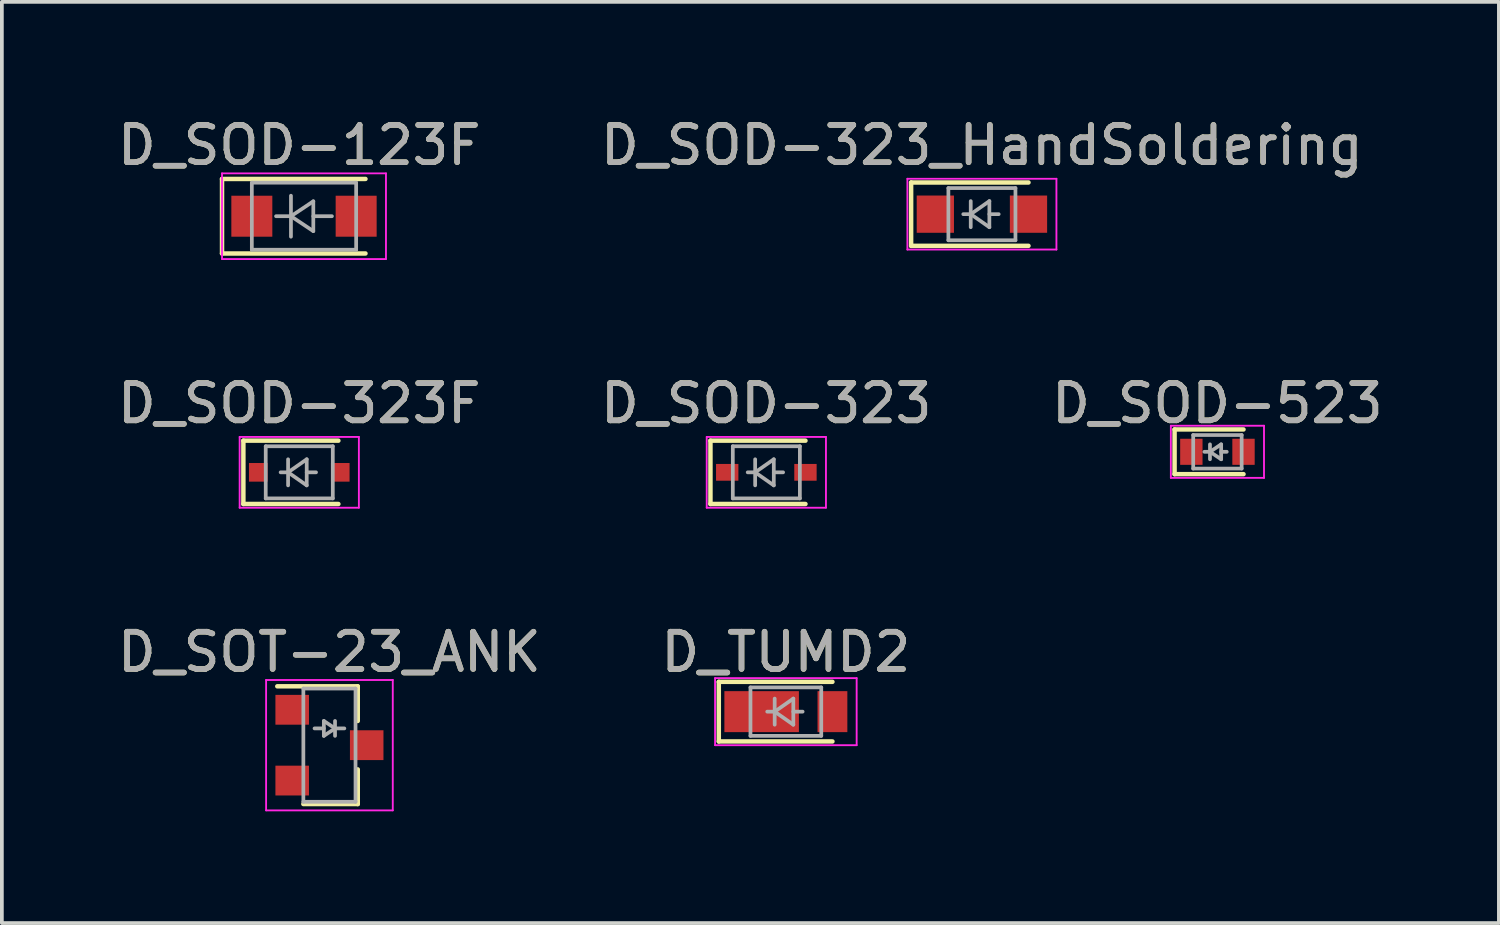
<source format=kicad_pcb>
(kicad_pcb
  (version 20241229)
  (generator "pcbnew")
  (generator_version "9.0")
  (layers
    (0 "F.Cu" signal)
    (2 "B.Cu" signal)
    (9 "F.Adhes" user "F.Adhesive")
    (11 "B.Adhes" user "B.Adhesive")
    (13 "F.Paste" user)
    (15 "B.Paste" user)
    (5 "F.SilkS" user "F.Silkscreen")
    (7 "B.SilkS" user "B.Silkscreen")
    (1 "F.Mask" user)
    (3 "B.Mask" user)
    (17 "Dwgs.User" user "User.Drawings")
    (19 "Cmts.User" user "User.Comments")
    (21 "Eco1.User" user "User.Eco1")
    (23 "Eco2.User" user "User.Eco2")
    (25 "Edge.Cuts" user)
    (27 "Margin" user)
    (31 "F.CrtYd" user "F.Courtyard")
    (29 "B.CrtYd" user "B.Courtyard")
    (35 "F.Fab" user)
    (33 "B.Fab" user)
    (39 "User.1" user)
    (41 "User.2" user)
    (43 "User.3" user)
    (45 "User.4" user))
  (footprint "D_SOD-323"
    (layer "F.Cu")
    (at 17.518 9.627)
    (property "Reference" "D_SOD-323" (at 0 -1.85 0) (layer "F.SilkS") (effects (font (size 1 1) (thickness 0.15))))
    (attr smd)
    (fp_line (start -1.5 -0.85) (end -1.5 0.85) (stroke (width 0.12) (type solid)) (layer "F.SilkS"))
    (fp_line (start -1.5 -0.85) (end 1.05 -0.85) (stroke (width 0.12) (type solid)) (layer "F.SilkS"))
    (fp_line (start -1.5 0.85) (end 1.05 0.85) (stroke (width 0.12) (type solid)) (layer "F.SilkS"))
    (fp_line (start -1.6 -0.95) (end -1.6 0.95) (stroke (width 0.05) (type solid)) (layer "F.CrtYd"))
    (fp_line (start -1.6 -0.95) (end 1.6 -0.95) (stroke (width 0.05) (type solid)) (layer "F.CrtYd"))
    (fp_line (start -1.6 0.95) (end 1.6 0.95) (stroke (width 0.05) (type solid)) (layer "F.CrtYd"))
    (fp_line (start 1.6 -0.95) (end 1.6 0.95) (stroke (width 0.05) (type solid)) (layer "F.CrtYd"))
    (fp_line (start -0.9 -0.7) (end 0.9 -0.7) (stroke (width 0.1) (type solid)) (layer "F.Fab"))
    (fp_line (start -0.9 0.7) (end -0.9 -0.7) (stroke (width 0.1) (type solid)) (layer "F.Fab"))
    (fp_line (start -0.3 -0.35) (end -0.3 0.35) (stroke (width 0.1) (type solid)) (layer "F.Fab"))
    (fp_line (start -0.3 0) (end -0.5 0) (stroke (width 0.1) (type solid)) (layer "F.Fab"))
    (fp_line (start -0.3 0) (end 0.2 -0.35) (stroke (width 0.1) (type solid)) (layer "F.Fab"))
    (fp_line (start 0.2 -0.35) (end 0.2 0.35) (stroke (width 0.1) (type solid)) (layer "F.Fab"))
    (fp_line (start 0.2 0) (end 0.45 0) (stroke (width 0.1) (type solid)) (layer "F.Fab"))
    (fp_line (start 0.2 0.35) (end -0.3 0) (stroke (width 0.1) (type solid)) (layer "F.Fab"))
    (fp_line (start 0.9 -0.7) (end 0.9 0.7) (stroke (width 0.1) (type solid)) (layer "F.Fab"))
    (fp_line (start 0.9 0.7) (end -0.9 0.7) (stroke (width 0.1) (type solid)) (layer "F.Fab"))
    (fp_text user "${REFERENCE}" (at 0 -1.85 0) (layer "F.Fab") (effects (font (size 1 1) (thickness 0.15))))
    (pad "1" smd rect (at -1.05 0) (size 0.6 0.45) (layers "F.Cu" "F.Mask" "F.Paste"))
    (pad "2" smd rect (at 1.05 0) (size 0.6 0.45) (layers "F.Cu" "F.Mask" "F.Paste")))
  (footprint "D_SOD-123F"
    (layer "F.Cu")
    (at 5.109 2.753)
    (property "Reference" "D_SOD-123F" (at -0.127 -1.905 0) (layer "F.SilkS") (effects (font (size 1 1) (thickness 0.15))))
    (attr smd)
    (fp_line (start -2.2 -1) (end -2.2 1) (stroke (width 0.12) (type solid)) (layer "F.SilkS"))
    (fp_line (start -2.2 -1) (end 1.65 -1) (stroke (width 0.12) (type solid)) (layer "F.SilkS"))
    (fp_line (start -2.2 1) (end 1.65 1) (stroke (width 0.12) (type solid)) (layer "F.SilkS"))
    (fp_line (start -2.2 -1.15) (end -2.2 1.15) (stroke (width 0.05) (type solid)) (layer "F.CrtYd"))
    (fp_line (start -2.2 -1.15) (end 2.2 -1.15) (stroke (width 0.05) (type solid)) (layer "F.CrtYd"))
    (fp_line (start 2.2 -1.15) (end 2.2 1.15) (stroke (width 0.05) (type solid)) (layer "F.CrtYd"))
    (fp_line (start 2.2 1.15) (end -2.2 1.15) (stroke (width 0.05) (type solid)) (layer "F.CrtYd"))
    (fp_line (start -1.4 -0.9) (end 1.4 -0.9) (stroke (width 0.1) (type solid)) (layer "F.Fab"))
    (fp_line (start -1.4 0.9) (end -1.4 -0.9) (stroke (width 0.1) (type solid)) (layer "F.Fab"))
    (fp_line (start -0.75 0) (end -0.35 0) (stroke (width 0.1) (type solid)) (layer "F.Fab"))
    (fp_line (start -0.35 0) (end -0.35 -0.55) (stroke (width 0.1) (type solid)) (layer "F.Fab"))
    (fp_line (start -0.35 0) (end -0.35 0.55) (stroke (width 0.1) (type solid)) (layer "F.Fab"))
    (fp_line (start -0.35 0) (end 0.25 -0.4) (stroke (width 0.1) (type solid)) (layer "F.Fab"))
    (fp_line (start 0.25 -0.4) (end 0.25 0.4) (stroke (width 0.1) (type solid)) (layer "F.Fab"))
    (fp_line (start 0.25 0) (end 0.75 0) (stroke (width 0.1) (type solid)) (layer "F.Fab"))
    (fp_line (start 0.25 0.4) (end -0.35 0) (stroke (width 0.1) (type solid)) (layer "F.Fab"))
    (fp_line (start 1.4 -0.9) (end 1.4 0.9) (stroke (width 0.1) (type solid)) (layer "F.Fab"))
    (fp_line (start 1.4 0.9) (end -1.4 0.9) (stroke (width 0.1) (type solid)) (layer "F.Fab"))
    (fp_text user "${REFERENCE}" (at -0.127 -1.905 0) (layer "F.Fab") (effects (font (size 1 1) (thickness 0.15))))
    (pad "1" smd rect (at -1.4 0) (size 1.1 1.1) (layers "F.Cu" "F.Mask" "F.Paste"))
    (pad "2" smd rect (at 1.4 0) (size 1.1 1.1) (layers "F.Cu" "F.Mask" "F.Paste")))
  (footprint "D_SOT-23_ANK"
    (layer "F.Cu")
    (at 5.792 16.95)
    (property "Reference" "D_SOT-23_ANK" (at 0 -2.5 0) (layer "F.SilkS") (effects (font (size 1 1) (thickness 0.15))))
    (attr smd)
    (fp_line (start 0.76 -1.58) (end -1.4 -1.58) (stroke (width 0.12) (type solid)) (layer "F.SilkS"))
    (fp_line (start 0.76 -1.58) (end 0.76 -0.65) (stroke (width 0.12) (type solid)) (layer "F.SilkS"))
    (fp_line (start 0.76 1.58) (end -0.7 1.58) (stroke (width 0.12) (type solid)) (layer "F.SilkS"))
    (fp_line (start 0.76 1.58) (end 0.76 0.65) (stroke (width 0.12) (type solid)) (layer "F.SilkS"))
    (fp_line (start -1.7 -1.75) (end 1.7 -1.75) (stroke (width 0.05) (type solid)) (layer "F.CrtYd"))
    (fp_line (start -1.7 1.75) (end -1.7 -1.75) (stroke (width 0.05) (type solid)) (layer "F.CrtYd"))
    (fp_line (start 1.7 -1.75) (end 1.7 1.75) (stroke (width 0.05) (type solid)) (layer "F.CrtYd"))
    (fp_line (start 1.7 1.75) (end -1.7 1.75) (stroke (width 0.05) (type solid)) (layer "F.CrtYd"))
    (fp_line (start -0.7 -1.52) (end -0.7 1.52) (stroke (width 0.1) (type solid)) (layer "F.Fab"))
    (fp_line (start -0.7 -1.52) (end 0.7 -1.52) (stroke (width 0.1) (type solid)) (layer "F.Fab"))
    (fp_line (start -0.7 1.52) (end 0.7 1.52) (stroke (width 0.1) (type solid)) (layer "F.Fab"))
    (fp_line (start -0.15 -0.65) (end -0.15 -0.25) (stroke (width 0.1) (type solid)) (layer "F.Fab"))
    (fp_line (start -0.15 -0.45) (end -0.4 -0.45) (stroke (width 0.1) (type solid)) (layer "F.Fab"))
    (fp_line (start -0.15 -0.25) (end 0.15 -0.45) (stroke (width 0.1) (type solid)) (layer "F.Fab"))
    (fp_line (start 0.15 -0.65) (end 0.15 -0.25) (stroke (width 0.1) (type solid)) (layer "F.Fab"))
    (fp_line (start 0.15 -0.45) (end -0.15 -0.65) (stroke (width 0.1) (type solid)) (layer "F.Fab"))
    (fp_line (start 0.15 -0.45) (end 0.4 -0.45) (stroke (width 0.1) (type solid)) (layer "F.Fab"))
    (fp_line (start 0.7 -1.52) (end 0.7 1.52) (stroke (width 0.1) (type solid)) (layer "F.Fab"))
    (fp_text user "${REFERENCE}" (at 0 -2.5 0) (layer "F.Fab") (effects (font (size 1 1) (thickness 0.15))))
    (pad "" smd rect (at -1 0.95) (size 0.9 0.8) (layers "F.Cu" "F.Mask" "F.Paste"))
    (pad "1" smd rect (at 1 0) (size 0.9 0.8) (layers "F.Cu" "F.Mask" "F.Paste"))
    (pad "2" smd rect (at -1 -0.95) (size 0.9 0.8) (layers "F.Cu" "F.Mask" "F.Paste")))
  (footprint "D_SOD-523"
    (layer "F.Cu")
    (at 29.625 9.076)
    (property "Reference" "D_SOD-523" (at 0 -1.3 0) (layer "F.SilkS") (effects (font (size 1 1) (thickness 0.15))))
    (attr smd)
    (fp_line (start -1.15 -0.6) (end -1.15 0.6) (stroke (width 0.12) (type solid)) (layer "F.SilkS"))
    (fp_line (start 0.7 -0.6) (end -1.15 -0.6) (stroke (width 0.12) (type solid)) (layer "F.SilkS"))
    (fp_line (start 0.7 0.6) (end -1.15 0.6) (stroke (width 0.12) (type solid)) (layer "F.SilkS"))
    (fp_line (start -1.25 -0.7) (end 1.25 -0.7) (stroke (width 0.05) (type solid)) (layer "F.CrtYd"))
    (fp_line (start -1.25 0.7) (end -1.25 -0.7) (stroke (width 0.05) (type solid)) (layer "F.CrtYd"))
    (fp_line (start 1.25 -0.7) (end 1.25 0.7) (stroke (width 0.05) (type solid)) (layer "F.CrtYd"))
    (fp_line (start 1.25 0.7) (end -1.25 0.7) (stroke (width 0.05) (type solid)) (layer "F.CrtYd"))
    (fp_line (start -0.65 -0.45) (end 0.65 -0.45) (stroke (width 0.1) (type solid)) (layer "F.Fab"))
    (fp_line (start -0.65 0.45) (end -0.65 -0.45) (stroke (width 0.1) (type solid)) (layer "F.Fab"))
    (fp_line (start -0.2 0) (end -0.35 0) (stroke (width 0.1) (type solid)) (layer "F.Fab"))
    (fp_line (start -0.2 0) (end 0.1 0.2) (stroke (width 0.1) (type solid)) (layer "F.Fab"))
    (fp_line (start -0.2 0.2) (end -0.2 -0.2) (stroke (width 0.1) (type solid)) (layer "F.Fab"))
    (fp_line (start 0.1 -0.2) (end -0.2 0) (stroke (width 0.1) (type solid)) (layer "F.Fab"))
    (fp_line (start 0.1 0) (end 0.25 0) (stroke (width 0.1) (type solid)) (layer "F.Fab"))
    (fp_line (start 0.1 0.2) (end 0.1 -0.2) (stroke (width 0.1) (type solid)) (layer "F.Fab"))
    (fp_line (start 0.65 -0.45) (end 0.65 0.45) (stroke (width 0.1) (type solid)) (layer "F.Fab"))
    (fp_line (start 0.65 0.45) (end -0.65 0.45) (stroke (width 0.1) (type solid)) (layer "F.Fab"))
    (fp_text user "${REFERENCE}" (at 0 -1.3 0) (layer "F.Fab") (effects (font (size 1 1) (thickness 0.15))))
    (pad "1" smd rect (at -0.7 0 180) (size 0.6 0.7) (layers "F.Cu" "F.Mask" "F.Paste"))
    (pad "2" smd rect (at 0.7 0 180) (size 0.6 0.7) (layers "F.Cu" "F.Mask" "F.Paste")))
  (footprint "D_SOD-323_HandSoldering"
    (layer "F.Cu")
    (at 23.304 2.698)
    (property "Reference" "D_SOD-323_HandSoldering" (at 0 -1.85 0) (layer "F.SilkS") (effects (font (size 1 1) (thickness 0.15))))
    (attr smd)
    (fp_line (start -1.9 -0.85) (end -1.9 0.85) (stroke (width 0.12) (type solid)) (layer "F.SilkS"))
    (fp_line (start -1.9 -0.85) (end 1.25 -0.85) (stroke (width 0.12) (type solid)) (layer "F.SilkS"))
    (fp_line (start -1.9 0.85) (end 1.25 0.85) (stroke (width 0.12) (type solid)) (layer "F.SilkS"))
    (fp_line (start -2 -0.95) (end -2 0.95) (stroke (width 0.05) (type solid)) (layer "F.CrtYd"))
    (fp_line (start -2 -0.95) (end 2 -0.95) (stroke (width 0.05) (type solid)) (layer "F.CrtYd"))
    (fp_line (start -2 0.95) (end 2 0.95) (stroke (width 0.05) (type solid)) (layer "F.CrtYd"))
    (fp_line (start 2 -0.95) (end 2 0.95) (stroke (width 0.05) (type solid)) (layer "F.CrtYd"))
    (fp_line (start -0.9 -0.7) (end 0.9 -0.7) (stroke (width 0.1) (type solid)) (layer "F.Fab"))
    (fp_line (start -0.9 0.7) (end -0.9 -0.7) (stroke (width 0.1) (type solid)) (layer "F.Fab"))
    (fp_line (start -0.3 -0.35) (end -0.3 0.35) (stroke (width 0.1) (type solid)) (layer "F.Fab"))
    (fp_line (start -0.3 0) (end -0.5 0) (stroke (width 0.1) (type solid)) (layer "F.Fab"))
    (fp_line (start -0.3 0) (end 0.2 -0.35) (stroke (width 0.1) (type solid)) (layer "F.Fab"))
    (fp_line (start 0.2 -0.35) (end 0.2 0.35) (stroke (width 0.1) (type solid)) (layer "F.Fab"))
    (fp_line (start 0.2 0) (end 0.45 0) (stroke (width 0.1) (type solid)) (layer "F.Fab"))
    (fp_line (start 0.2 0.35) (end -0.3 0) (stroke (width 0.1) (type solid)) (layer "F.Fab"))
    (fp_line (start 0.9 -0.7) (end 0.9 0.7) (stroke (width 0.1) (type solid)) (layer "F.Fab"))
    (fp_line (start 0.9 0.7) (end -0.9 0.7) (stroke (width 0.1) (type solid)) (layer "F.Fab"))
    (fp_text user "${REFERENCE}" (at 0 -1.85 0) (layer "F.Fab") (effects (font (size 1 1) (thickness 0.15))))
    (pad "1" smd rect (at -1.25 0) (size 1 1) (layers "F.Cu" "F.Mask" "F.Paste"))
    (pad "2" smd rect (at 1.25 0) (size 1 1) (layers "F.Cu" "F.Mask" "F.Paste")))
  (footprint "D_SOD-323F"
    (layer "F.Cu")
    (at 4.982 9.627)
    (property "Reference" "D_SOD-323F" (at 0 -1.85 0) (layer "F.SilkS") (effects (font (size 1 1) (thickness 0.15))))
    (attr smd)
    (fp_line (start -1.5 -0.85) (end -1.5 0.85) (stroke (width 0.12) (type solid)) (layer "F.SilkS"))
    (fp_line (start -1.5 -0.85) (end 1.05 -0.85) (stroke (width 0.12) (type solid)) (layer "F.SilkS"))
    (fp_line (start -1.5 0.85) (end 1.05 0.85) (stroke (width 0.12) (type solid)) (layer "F.SilkS"))
    (fp_line (start -1.6 -0.95) (end -1.6 0.95) (stroke (width 0.05) (type solid)) (layer "F.CrtYd"))
    (fp_line (start -1.6 -0.95) (end 1.6 -0.95) (stroke (width 0.05) (type solid)) (layer "F.CrtYd"))
    (fp_line (start -1.6 0.95) (end 1.6 0.95) (stroke (width 0.05) (type solid)) (layer "F.CrtYd"))
    (fp_line (start 1.6 -0.95) (end 1.6 0.95) (stroke (width 0.05) (type solid)) (layer "F.CrtYd"))
    (fp_line (start -0.9 -0.7) (end 0.9 -0.7) (stroke (width 0.1) (type solid)) (layer "F.Fab"))
    (fp_line (start -0.9 0.7) (end -0.9 -0.7) (stroke (width 0.1) (type solid)) (layer "F.Fab"))
    (fp_line (start -0.3 -0.35) (end -0.3 0.35) (stroke (width 0.1) (type solid)) (layer "F.Fab"))
    (fp_line (start -0.3 0) (end -0.5 0) (stroke (width 0.1) (type solid)) (layer "F.Fab"))
    (fp_line (start -0.3 0) (end 0.2 -0.35) (stroke (width 0.1) (type solid)) (layer "F.Fab"))
    (fp_line (start 0.2 -0.35) (end 0.2 0.35) (stroke (width 0.1) (type solid)) (layer "F.Fab"))
    (fp_line (start 0.2 0) (end 0.45 0) (stroke (width 0.1) (type solid)) (layer "F.Fab"))
    (fp_line (start 0.2 0.35) (end -0.3 0) (stroke (width 0.1) (type solid)) (layer "F.Fab"))
    (fp_line (start 0.9 -0.7) (end 0.9 0.7) (stroke (width 0.1) (type solid)) (layer "F.Fab"))
    (fp_line (start 0.9 0.7) (end -0.9 0.7) (stroke (width 0.1) (type solid)) (layer "F.Fab"))
    (fp_text user "${REFERENCE}" (at 0 -1.85 0) (layer "F.Fab") (effects (font (size 1 1) (thickness 0.15))))
    (pad "1" smd rect (at -1.1 0) (size 0.5 0.5) (layers "F.Cu" "F.Mask" "F.Paste"))
    (pad "2" smd rect (at 1.1 0) (size 0.5 0.5) (layers "F.Cu" "F.Mask" "F.Paste")))
  (footprint "D_TUMD2"
    (layer "F.Cu")
    (at 18.042 16.05)
    (property "Reference" "D_TUMD2" (at 0 -1.6 0) (layer "F.SilkS") (effects (font (size 1 1) (thickness 0.15))))
    (attr smd)
    (fp_line (start -1.8 -0.8) (end 1.25 -0.8) (stroke (width 0.12) (type solid)) (layer "F.SilkS"))
    (fp_line (start -1.8 0.8) (end -1.8 -0.8) (stroke (width 0.12) (type solid)) (layer "F.SilkS"))
    (fp_line (start 1.25 0.8) (end -1.8 0.8) (stroke (width 0.12) (type solid)) (layer "F.SilkS"))
    (fp_line (start -1.9 -0.9) (end 1.9 -0.9) (stroke (width 0.05) (type solid)) (layer "F.CrtYd"))
    (fp_line (start -1.9 0.9) (end -1.9 -0.9) (stroke (width 0.05) (type solid)) (layer "F.CrtYd"))
    (fp_line (start 1.9 -0.9) (end 1.9 0.9) (stroke (width 0.05) (type solid)) (layer "F.CrtYd"))
    (fp_line (start 1.9 0.9) (end -1.9 0.9) (stroke (width 0.05) (type solid)) (layer "F.CrtYd"))
    (fp_line (start -0.95 -0.65) (end 0.95 -0.65) (stroke (width 0.1) (type solid)) (layer "F.Fab"))
    (fp_line (start -0.95 0.65) (end -0.95 -0.65) (stroke (width 0.1) (type solid)) (layer "F.Fab"))
    (fp_line (start -0.3 -0.35) (end -0.3 0.35) (stroke (width 0.1) (type solid)) (layer "F.Fab"))
    (fp_line (start -0.3 0) (end -0.5 0) (stroke (width 0.1) (type solid)) (layer "F.Fab"))
    (fp_line (start -0.3 0) (end 0.2 -0.35) (stroke (width 0.1) (type solid)) (layer "F.Fab"))
    (fp_line (start 0.2 -0.35) (end 0.2 0.35) (stroke (width 0.1) (type solid)) (layer "F.Fab"))
    (fp_line (start 0.2 0) (end 0.45 0) (stroke (width 0.1) (type solid)) (layer "F.Fab"))
    (fp_line (start 0.2 0.35) (end -0.3 0) (stroke (width 0.1) (type solid)) (layer "F.Fab"))
    (fp_line (start 0.95 -0.65) (end 0.95 0.65) (stroke (width 0.1) (type solid)) (layer "F.Fab"))
    (fp_line (start 0.95 0.65) (end -0.95 0.65) (stroke (width 0.1) (type solid)) (layer "F.Fab"))
    (fp_text user "${REFERENCE}" (at 0 -1.6 0) (layer "F.Fab") (effects (font (size 1 1) (thickness 0.15))))
    (pad "1" smd rect (at -0.65 0 180) (size 2 1.1) (layers "F.Cu" "F.Mask" "F.Paste"))
    (pad "2" smd rect (at 1.25 0 180) (size 0.8 1.1) (layers "F.Cu" "F.Mask" "F.Paste")))
  (gr_rect
    (start -3 -3)
    (end 37.179 21.725)
    (stroke (width 0.1) (type default))
    (fill no)
    (layer "Edge.Cuts")))
</source>
